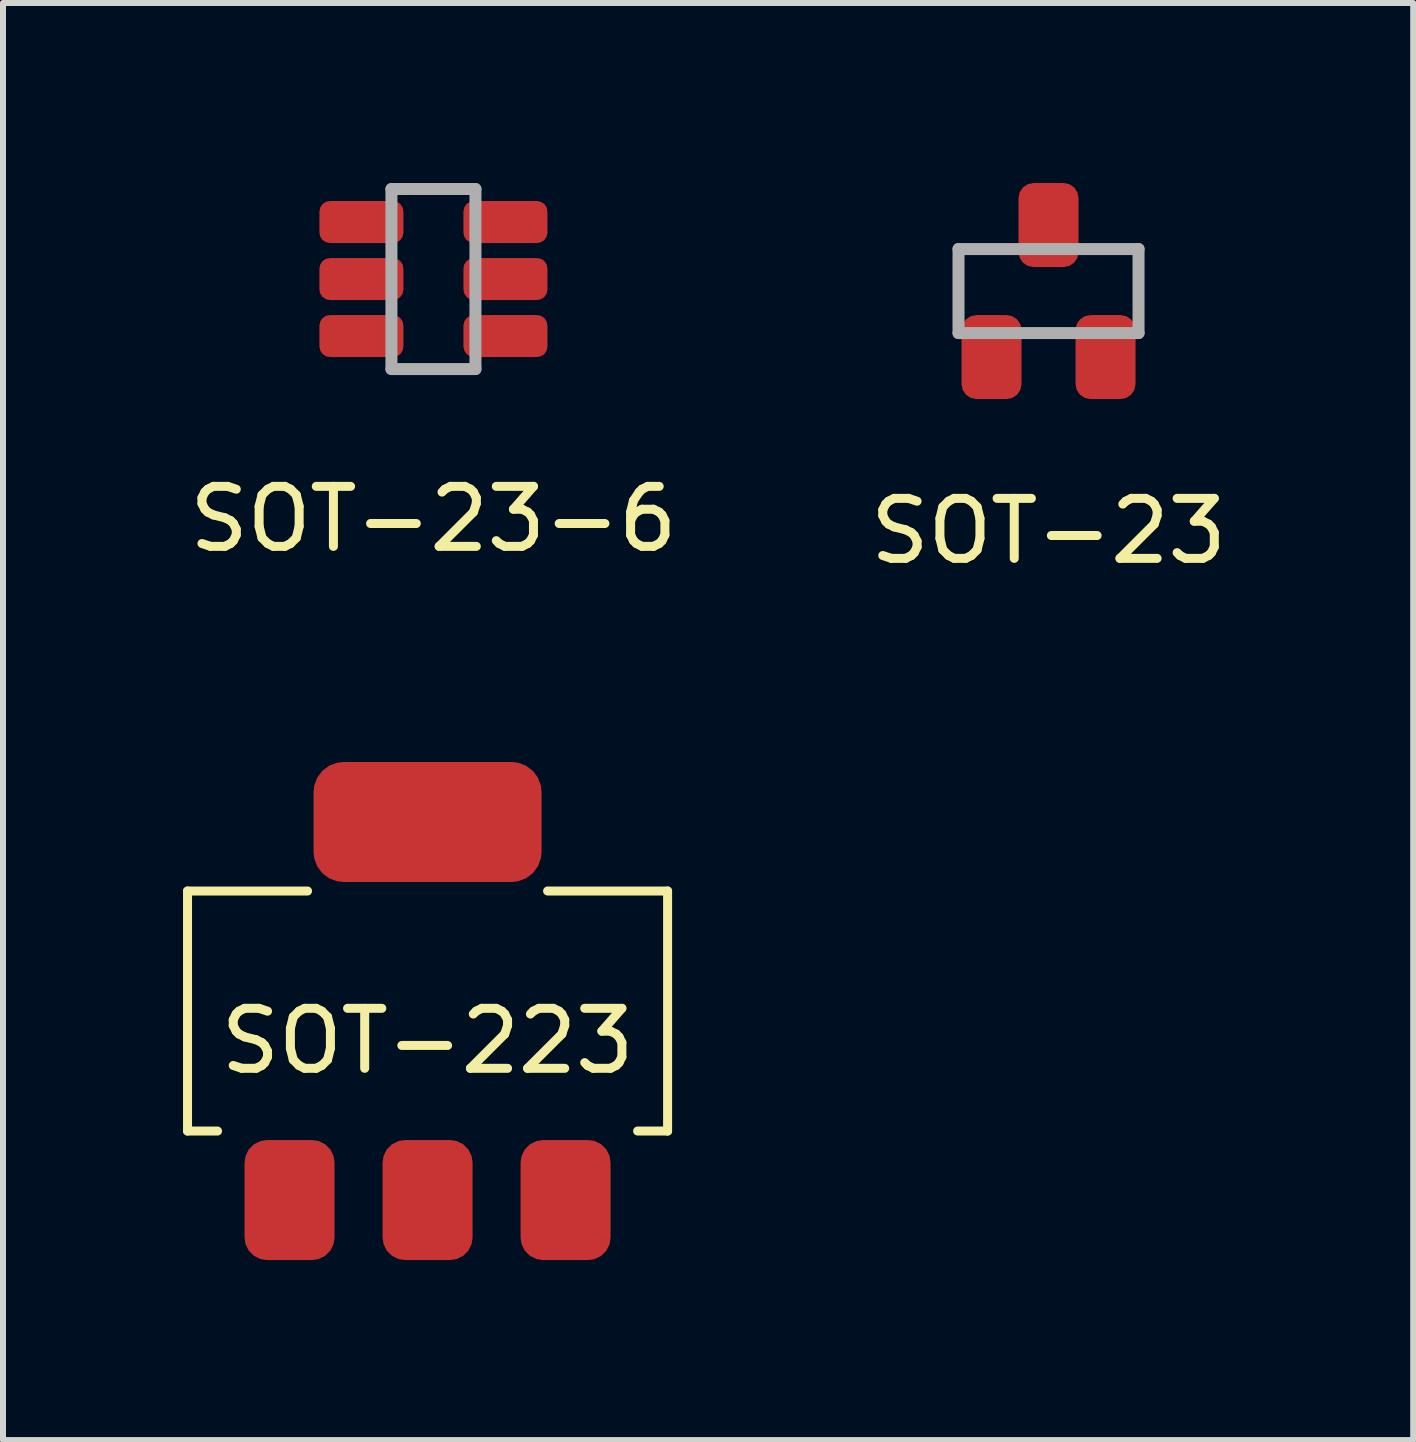
<source format=kicad_pcb>
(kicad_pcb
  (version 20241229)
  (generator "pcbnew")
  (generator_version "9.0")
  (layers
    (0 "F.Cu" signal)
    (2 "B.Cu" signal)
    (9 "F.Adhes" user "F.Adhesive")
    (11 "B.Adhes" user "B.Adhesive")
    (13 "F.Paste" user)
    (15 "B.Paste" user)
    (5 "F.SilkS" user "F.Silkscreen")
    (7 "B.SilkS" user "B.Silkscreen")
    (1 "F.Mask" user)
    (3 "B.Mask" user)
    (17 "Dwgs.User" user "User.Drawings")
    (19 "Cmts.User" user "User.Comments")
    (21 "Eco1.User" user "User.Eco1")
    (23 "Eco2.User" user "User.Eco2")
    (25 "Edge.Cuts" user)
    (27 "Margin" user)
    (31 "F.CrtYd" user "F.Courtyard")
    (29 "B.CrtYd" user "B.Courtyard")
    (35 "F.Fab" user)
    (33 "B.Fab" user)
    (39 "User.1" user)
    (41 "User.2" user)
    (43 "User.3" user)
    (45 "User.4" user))
  (footprint "SOT-23-6"
    (layer "F.Cu")
    (at 4.173 1.6)
    (property "Reference" "SOT-23-6" (at 0 4 0) (layer "F.SilkS") (effects (font (size 1 1) (thickness 0.15))))
    (attr through_hole)
    (fp_line (start -0.7 -1.5) (end -0.7 1.5) (stroke (width 0.2) (type solid)) (layer "F.Fab"))
    (fp_line (start -0.7 -1.5) (end 0.7 -1.5) (stroke (width 0.2) (type solid)) (layer "F.Fab"))
    (fp_line (start -0.7 1.5) (end 0.7 1.5) (stroke (width 0.2) (type solid)) (layer "F.Fab"))
    (fp_line (start 0.7 -1.5) (end 0.7 1.5) (stroke (width 0.2) (type solid)) (layer "F.Fab"))
    (pad "1" smd roundrect (at -1.2 -0.95) (size 1.4 0.7) (layers "F.Cu" "F.Mask" "F.Paste") (roundrect_rratio 0.25))
    (pad "2" smd roundrect (at -1.2 0) (size 1.4 0.7) (layers "F.Cu" "F.Mask" "F.Paste") (roundrect_rratio 0.25))
    (pad "3" smd roundrect (at -1.2 0.95) (size 1.4 0.7) (layers "F.Cu" "F.Mask" "F.Paste") (roundrect_rratio 0.25))
    (pad "4" smd roundrect (at 1.2 0.95) (size 1.4 0.7) (layers "F.Cu" "F.Mask" "F.Paste") (roundrect_rratio 0.25))
    (pad "5" smd roundrect (at 1.2 0) (size 1.4 0.7) (layers "F.Cu" "F.Mask" "F.Paste") (roundrect_rratio 0.25))
    (pad "6" smd roundrect (at 1.2 -0.95) (size 1.4 0.7) (layers "F.Cu" "F.Mask" "F.Paste") (roundrect_rratio 0.25)))
  (footprint "SOT-223"
    (layer "F.Cu")
    (at 4.075 13.798)
    (property "Reference" "SOT-223" (at 0 0.5 0) (layer "F.SilkS") (effects (font (size 1 1) (thickness 0.15))))
    (attr through_hole)
    (fp_line (start -4 -2) (end -4 2) (stroke (width 0.15) (type solid)) (layer "F.SilkS"))
    (fp_line (start -4 2) (end -3.5 2) (stroke (width 0.15) (type solid)) (layer "F.SilkS"))
    (fp_line (start -2 -2) (end -4 -2) (stroke (width 0.15) (type solid)) (layer "F.SilkS"))
    (fp_line (start 2 -2) (end 4 -2) (stroke (width 0.15) (type solid)) (layer "F.SilkS"))
    (fp_line (start 4 2) (end 3.5 2) (stroke (width 0.15) (type solid)) (layer "F.SilkS"))
    (fp_line (start 4 2) (end 4 -2) (stroke (width 0.15) (type solid)) (layer "F.SilkS"))
    (pad "1" smd roundrect (at -2.3 3.15) (size 1.5 2) (layers "F.Cu" "F.Mask" "F.Paste") (roundrect_rratio 0.25))
    (pad "2" smd roundrect (at 0 -3.15) (size 3.8 2) (layers "F.Cu" "F.Mask" "F.Paste") (roundrect_rratio 0.25))
    (pad "2" smd roundrect (at 0 3.15) (size 1.5 2) (layers "F.Cu" "F.Mask" "F.Paste") (roundrect_rratio 0.25))
    (pad "3" smd roundrect (at 2.3 3.15) (size 1.5 2) (layers "F.Cu" "F.Mask" "F.Paste") (roundrect_rratio 0.25)))
  (footprint "SOT-23"
    (layer "F.Cu")
    (at 14.423 1.8)
    (property "Reference" "SOT-23" (at 0 4 0) (layer "F.SilkS") (effects (font (size 1 1) (thickness 0.15))))
    (attr through_hole)
    (fp_line (start -1.5 -0.7) (end 1.5 -0.7) (stroke (width 0.2) (type solid)) (layer "F.Fab"))
    (fp_line (start -1.5 0.7) (end -1.5 -0.7) (stroke (width 0.2) (type solid)) (layer "F.Fab"))
    (fp_line (start -1.5 0.7) (end 1.5 0.7) (stroke (width 0.2) (type solid)) (layer "F.Fab"))
    (fp_line (start 1.5 0.7) (end 1.5 -0.7) (stroke (width 0.2) (type solid)) (layer "F.Fab"))
    (pad "1" smd roundrect (at -0.95 1.1) (size 1 1.4) (layers "F.Cu" "F.Mask" "F.Paste") (roundrect_rratio 0.25))
    (pad "2" smd roundrect (at 0.95 1.1) (size 1 1.4) (layers "F.Cu" "F.Mask" "F.Paste") (roundrect_rratio 0.25))
    (pad "3" smd roundrect (at 0 -1.1) (size 1 1.4) (layers "F.Cu" "F.Mask" "F.Paste") (roundrect_rratio 0.25)))
  (gr_rect
    (start -3 -3)
    (end 20.5 20.948)
    (stroke (width 0.1) (type default))
    (fill no)
    (layer "Edge.Cuts")))
</source>
